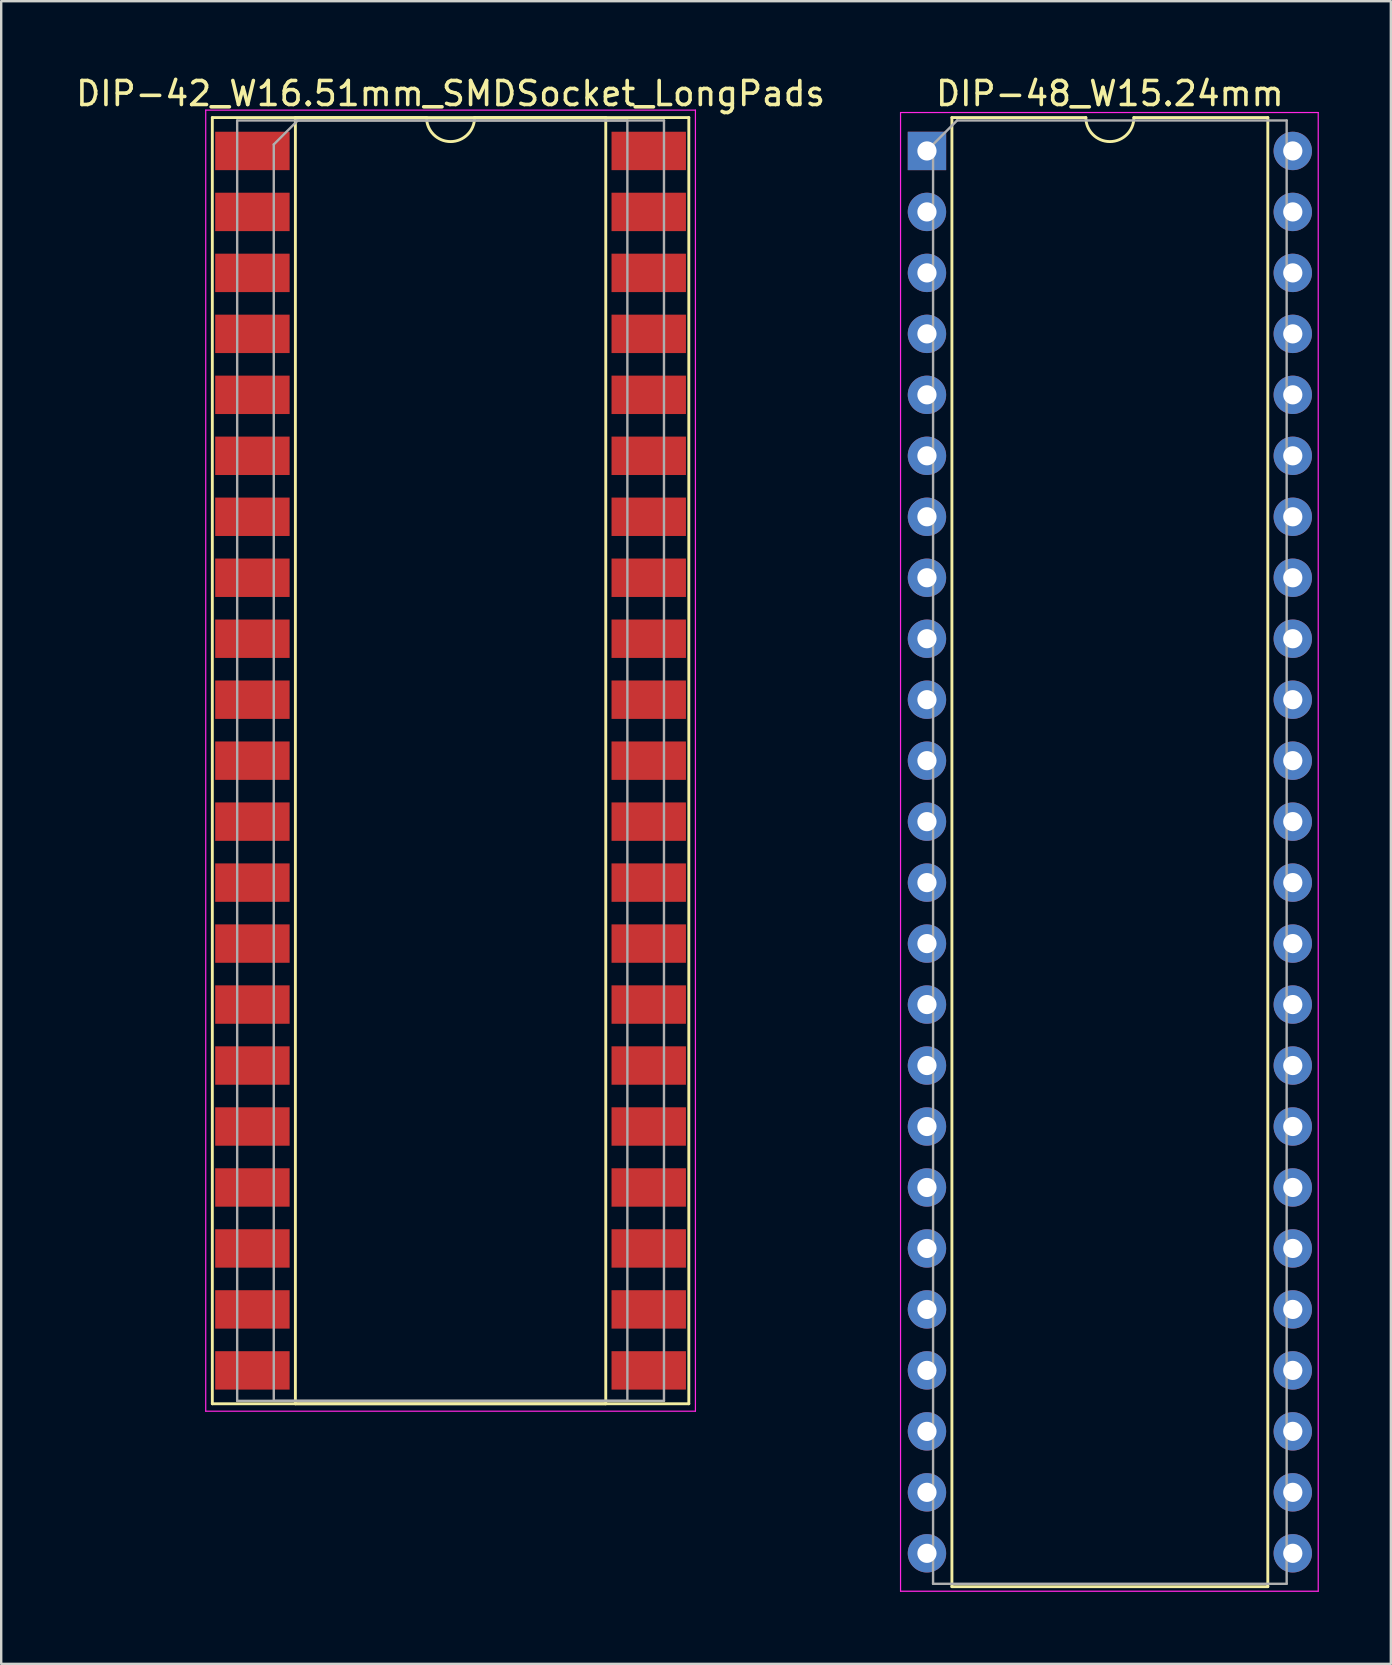
<source format=kicad_pcb>
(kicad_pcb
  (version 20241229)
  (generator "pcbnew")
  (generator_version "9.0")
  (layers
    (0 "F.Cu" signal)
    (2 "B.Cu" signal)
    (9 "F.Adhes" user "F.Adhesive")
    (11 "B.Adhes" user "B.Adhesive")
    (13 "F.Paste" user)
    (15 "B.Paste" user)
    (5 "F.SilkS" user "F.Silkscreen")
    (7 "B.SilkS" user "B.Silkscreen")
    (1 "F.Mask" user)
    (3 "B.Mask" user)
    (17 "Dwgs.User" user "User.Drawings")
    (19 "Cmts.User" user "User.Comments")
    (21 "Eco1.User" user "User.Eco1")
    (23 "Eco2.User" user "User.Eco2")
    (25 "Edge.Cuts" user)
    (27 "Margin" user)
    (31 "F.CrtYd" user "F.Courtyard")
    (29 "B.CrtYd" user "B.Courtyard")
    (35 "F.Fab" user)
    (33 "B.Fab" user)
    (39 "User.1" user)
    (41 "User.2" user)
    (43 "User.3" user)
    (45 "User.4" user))
  (footprint "DIP-48_W15.24mm"
    (layer "F.Cu")
    (at 35.565 3.238)
    (property "Reference" "DIP-48_W15.24mm" (at 7.62 -2.39 0) (layer "F.SilkS") (effects (font (size 1 1) (thickness 0.15))))
    (attr through_hole)
    (fp_line (start 1.04 -1.39) (end 1.04 59.81) (stroke (width 0.12) (type solid)) (layer "F.SilkS"))
    (fp_line (start 1.04 59.81) (end 14.2 59.81) (stroke (width 0.12) (type solid)) (layer "F.SilkS"))
    (fp_line (start 6.62 -1.39) (end 1.04 -1.39) (stroke (width 0.12) (type solid)) (layer "F.SilkS"))
    (fp_line (start 14.2 -1.39) (end 8.62 -1.39) (stroke (width 0.12) (type solid)) (layer "F.SilkS"))
    (fp_line (start 14.2 59.81) (end 14.2 -1.39) (stroke (width 0.12) (type solid)) (layer "F.SilkS"))
    (fp_arc (start 8.62 -1.39) (mid 7.62 -0.39) (end 6.62 -1.39) (stroke (width 0.12) (type solid)) (layer "F.SilkS"))
    (fp_line (start -1.1 -1.6) (end -1.1 60) (stroke (width 0.05) (type solid)) (layer "F.CrtYd"))
    (fp_line (start -1.1 60) (end 16.3 60) (stroke (width 0.05) (type solid)) (layer "F.CrtYd"))
    (fp_line (start 16.3 -1.6) (end -1.1 -1.6) (stroke (width 0.05) (type solid)) (layer "F.CrtYd"))
    (fp_line (start 16.3 60) (end 16.3 -1.6) (stroke (width 0.05) (type solid)) (layer "F.CrtYd"))
    (fp_line (start 0.255 -0.27) (end 1.255 -1.27) (stroke (width 0.1) (type solid)) (layer "F.Fab"))
    (fp_line (start 0.255 59.69) (end 0.255 -0.27) (stroke (width 0.1) (type solid)) (layer "F.Fab"))
    (fp_line (start 1.255 -1.27) (end 14.985 -1.27) (stroke (width 0.1) (type solid)) (layer "F.Fab"))
    (fp_line (start 14.985 -1.27) (end 14.985 59.69) (stroke (width 0.1) (type solid)) (layer "F.Fab"))
    (fp_line (start 14.985 59.69) (end 0.255 59.69) (stroke (width 0.1) (type solid)) (layer "F.Fab"))
    (pad "1" thru_hole rect (at 0 0) (size 1.6 1.6) (drill 0.8) (layers "*.Cu" "*.Mask"))
    (pad "2" thru_hole oval (at 0 2.54) (size 1.6 1.6) (drill 0.8) (layers "*.Cu" "*.Mask"))
    (pad "3" thru_hole oval (at 0 5.08) (size 1.6 1.6) (drill 0.8) (layers "*.Cu" "*.Mask"))
    (pad "4" thru_hole oval (at 0 7.62) (size 1.6 1.6) (drill 0.8) (layers "*.Cu" "*.Mask"))
    (pad "5" thru_hole oval (at 0 10.16) (size 1.6 1.6) (drill 0.8) (layers "*.Cu" "*.Mask"))
    (pad "6" thru_hole oval (at 0 12.7) (size 1.6 1.6) (drill 0.8) (layers "*.Cu" "*.Mask"))
    (pad "7" thru_hole oval (at 0 15.24) (size 1.6 1.6) (drill 0.8) (layers "*.Cu" "*.Mask"))
    (pad "8" thru_hole oval (at 0 17.78) (size 1.6 1.6) (drill 0.8) (layers "*.Cu" "*.Mask"))
    (pad "9" thru_hole oval (at 0 20.32) (size 1.6 1.6) (drill 0.8) (layers "*.Cu" "*.Mask"))
    (pad "10" thru_hole oval (at 0 22.86) (size 1.6 1.6) (drill 0.8) (layers "*.Cu" "*.Mask"))
    (pad "11" thru_hole oval (at 0 25.4) (size 1.6 1.6) (drill 0.8) (layers "*.Cu" "*.Mask"))
    (pad "12" thru_hole oval (at 0 27.94) (size 1.6 1.6) (drill 0.8) (layers "*.Cu" "*.Mask"))
    (pad "13" thru_hole oval (at 0 30.48) (size 1.6 1.6) (drill 0.8) (layers "*.Cu" "*.Mask"))
    (pad "14" thru_hole oval (at 0 33.02) (size 1.6 1.6) (drill 0.8) (layers "*.Cu" "*.Mask"))
    (pad "15" thru_hole oval (at 0 35.56) (size 1.6 1.6) (drill 0.8) (layers "*.Cu" "*.Mask"))
    (pad "16" thru_hole oval (at 0 38.1) (size 1.6 1.6) (drill 0.8) (layers "*.Cu" "*.Mask"))
    (pad "17" thru_hole oval (at 0 40.64) (size 1.6 1.6) (drill 0.8) (layers "*.Cu" "*.Mask"))
    (pad "18" thru_hole oval (at 0 43.18) (size 1.6 1.6) (drill 0.8) (layers "*.Cu" "*.Mask"))
    (pad "19" thru_hole oval (at 0 45.72) (size 1.6 1.6) (drill 0.8) (layers "*.Cu" "*.Mask"))
    (pad "20" thru_hole oval (at 0 48.26) (size 1.6 1.6) (drill 0.8) (layers "*.Cu" "*.Mask"))
    (pad "21" thru_hole oval (at 0 50.8) (size 1.6 1.6) (drill 0.8) (layers "*.Cu" "*.Mask"))
    (pad "22" thru_hole oval (at 0 53.34) (size 1.6 1.6) (drill 0.8) (layers "*.Cu" "*.Mask"))
    (pad "23" thru_hole oval (at 0 55.88) (size 1.6 1.6) (drill 0.8) (layers "*.Cu" "*.Mask"))
    (pad "24" thru_hole oval (at 0 58.42) (size 1.6 1.6) (drill 0.8) (layers "*.Cu" "*.Mask"))
    (pad "25" thru_hole oval (at 15.24 58.42) (size 1.6 1.6) (drill 0.8) (layers "*.Cu" "*.Mask"))
    (pad "26" thru_hole oval (at 15.24 55.88) (size 1.6 1.6) (drill 0.8) (layers "*.Cu" "*.Mask"))
    (pad "27" thru_hole oval (at 15.24 53.34) (size 1.6 1.6) (drill 0.8) (layers "*.Cu" "*.Mask"))
    (pad "28" thru_hole oval (at 15.24 50.8) (size 1.6 1.6) (drill 0.8) (layers "*.Cu" "*.Mask"))
    (pad "29" thru_hole oval (at 15.24 48.26) (size 1.6 1.6) (drill 0.8) (layers "*.Cu" "*.Mask"))
    (pad "30" thru_hole oval (at 15.24 45.72) (size 1.6 1.6) (drill 0.8) (layers "*.Cu" "*.Mask"))
    (pad "31" thru_hole oval (at 15.24 43.18) (size 1.6 1.6) (drill 0.8) (layers "*.Cu" "*.Mask"))
    (pad "32" thru_hole oval (at 15.24 40.64) (size 1.6 1.6) (drill 0.8) (layers "*.Cu" "*.Mask"))
    (pad "33" thru_hole oval (at 15.24 38.1) (size 1.6 1.6) (drill 0.8) (layers "*.Cu" "*.Mask"))
    (pad "34" thru_hole oval (at 15.24 35.56) (size 1.6 1.6) (drill 0.8) (layers "*.Cu" "*.Mask"))
    (pad "35" thru_hole oval (at 15.24 33.02) (size 1.6 1.6) (drill 0.8) (layers "*.Cu" "*.Mask"))
    (pad "36" thru_hole oval (at 15.24 30.48) (size 1.6 1.6) (drill 0.8) (layers "*.Cu" "*.Mask"))
    (pad "37" thru_hole oval (at 15.24 27.94) (size 1.6 1.6) (drill 0.8) (layers "*.Cu" "*.Mask"))
    (pad "38" thru_hole oval (at 15.24 25.4) (size 1.6 1.6) (drill 0.8) (layers "*.Cu" "*.Mask"))
    (pad "39" thru_hole oval (at 15.24 22.86) (size 1.6 1.6) (drill 0.8) (layers "*.Cu" "*.Mask"))
    (pad "40" thru_hole oval (at 15.24 20.32) (size 1.6 1.6) (drill 0.8) (layers "*.Cu" "*.Mask"))
    (pad "41" thru_hole oval (at 15.24 17.78) (size 1.6 1.6) (drill 0.8) (layers "*.Cu" "*.Mask"))
    (pad "42" thru_hole oval (at 15.24 15.24) (size 1.6 1.6) (drill 0.8) (layers "*.Cu" "*.Mask"))
    (pad "43" thru_hole oval (at 15.24 12.7) (size 1.6 1.6) (drill 0.8) (layers "*.Cu" "*.Mask"))
    (pad "44" thru_hole oval (at 15.24 10.16) (size 1.6 1.6) (drill 0.8) (layers "*.Cu" "*.Mask"))
    (pad "45" thru_hole oval (at 15.24 7.62) (size 1.6 1.6) (drill 0.8) (layers "*.Cu" "*.Mask"))
    (pad "46" thru_hole oval (at 15.24 5.08) (size 1.6 1.6) (drill 0.8) (layers "*.Cu" "*.Mask"))
    (pad "47" thru_hole oval (at 15.24 2.54) (size 1.6 1.6) (drill 0.8) (layers "*.Cu" "*.Mask"))
    (pad "48" thru_hole oval (at 15.24 0) (size 1.6 1.6) (drill 0.8) (layers "*.Cu" "*.Mask")))
  (footprint "DIP-42_W16.51mm_SMDSocket_LongPads"
    (layer "F.Cu")
    (at 15.72 28.638)
    (property "Reference" "DIP-42_W16.51mm_SMDSocket_LongPads" (at 0 -27.79 0) (layer "F.SilkS") (effects (font (size 1 1) (thickness 0.15))))
    (attr smd)
    (fp_line (start -9.925 -26.79) (end -9.925 26.79) (stroke (width 0.12) (type solid)) (layer "F.SilkS"))
    (fp_line (start -9.925 26.79) (end 9.925 26.79) (stroke (width 0.12) (type solid)) (layer "F.SilkS"))
    (fp_line (start -6.465 -26.79) (end -6.465 26.79) (stroke (width 0.12) (type solid)) (layer "F.SilkS"))
    (fp_line (start -6.465 26.79) (end 6.465 26.79) (stroke (width 0.12) (type solid)) (layer "F.SilkS"))
    (fp_line (start -1 -26.79) (end -6.465 -26.79) (stroke (width 0.12) (type solid)) (layer "F.SilkS"))
    (fp_line (start 6.465 -26.79) (end 1 -26.79) (stroke (width 0.12) (type solid)) (layer "F.SilkS"))
    (fp_line (start 6.465 26.79) (end 6.465 -26.79) (stroke (width 0.12) (type solid)) (layer "F.SilkS"))
    (fp_line (start 9.925 -26.79) (end -9.925 -26.79) (stroke (width 0.12) (type solid)) (layer "F.SilkS"))
    (fp_line (start 9.925 26.79) (end 9.925 -26.79) (stroke (width 0.12) (type solid)) (layer "F.SilkS"))
    (fp_arc (start 1 -26.79) (mid 0 -25.79) (end -1 -26.79) (stroke (width 0.12) (type solid)) (layer "F.SilkS"))
    (fp_line (start -10.2 -27.1) (end -10.2 27.1) (stroke (width 0.05) (type solid)) (layer "F.CrtYd"))
    (fp_line (start -10.2 27.1) (end 10.2 27.1) (stroke (width 0.05) (type solid)) (layer "F.CrtYd"))
    (fp_line (start 10.2 -27.1) (end -10.2 -27.1) (stroke (width 0.05) (type solid)) (layer "F.CrtYd"))
    (fp_line (start 10.2 27.1) (end 10.2 -27.1) (stroke (width 0.05) (type solid)) (layer "F.CrtYd"))
    (fp_line (start -8.89 -26.67) (end -8.89 26.67) (stroke (width 0.1) (type solid)) (layer "F.Fab"))
    (fp_line (start -8.89 26.67) (end 8.89 26.67) (stroke (width 0.1) (type solid)) (layer "F.Fab"))
    (fp_line (start -7.365 -25.67) (end -6.365 -26.67) (stroke (width 0.1) (type solid)) (layer "F.Fab"))
    (fp_line (start -7.365 26.67) (end -7.365 -25.67) (stroke (width 0.1) (type solid)) (layer "F.Fab"))
    (fp_line (start -6.365 -26.67) (end 7.365 -26.67) (stroke (width 0.1) (type solid)) (layer "F.Fab"))
    (fp_line (start 7.365 -26.67) (end 7.365 26.67) (stroke (width 0.1) (type solid)) (layer "F.Fab"))
    (fp_line (start 7.365 26.67) (end -7.365 26.67) (stroke (width 0.1) (type solid)) (layer "F.Fab"))
    (fp_line (start 8.89 -26.67) (end -8.89 -26.67) (stroke (width 0.1) (type solid)) (layer "F.Fab"))
    (fp_line (start 8.89 26.67) (end 8.89 -26.67) (stroke (width 0.1) (type solid)) (layer "F.Fab"))
    (pad "1" smd rect (at -8.255 -25.4) (size 3.1 1.6) (layers "F.Cu" "F.Mask"))
    (pad "2" smd rect (at -8.255 -22.86) (size 3.1 1.6) (layers "F.Cu" "F.Mask"))
    (pad "3" smd rect (at -8.255 -20.32) (size 3.1 1.6) (layers "F.Cu" "F.Mask"))
    (pad "4" smd rect (at -8.255 -17.78) (size 3.1 1.6) (layers "F.Cu" "F.Mask"))
    (pad "5" smd rect (at -8.255 -15.24) (size 3.1 1.6) (layers "F.Cu" "F.Mask"))
    (pad "6" smd rect (at -8.255 -12.7) (size 3.1 1.6) (layers "F.Cu" "F.Mask"))
    (pad "7" smd rect (at -8.255 -10.16) (size 3.1 1.6) (layers "F.Cu" "F.Mask"))
    (pad "8" smd rect (at -8.255 -7.62) (size 3.1 1.6) (layers "F.Cu" "F.Mask"))
    (pad "9" smd rect (at -8.255 -5.08) (size 3.1 1.6) (layers "F.Cu" "F.Mask"))
    (pad "10" smd rect (at -8.255 -2.54) (size 3.1 1.6) (layers "F.Cu" "F.Mask"))
    (pad "11" smd rect (at -8.255 0) (size 3.1 1.6) (layers "F.Cu" "F.Mask"))
    (pad "12" smd rect (at -8.255 2.54) (size 3.1 1.6) (layers "F.Cu" "F.Mask"))
    (pad "13" smd rect (at -8.255 5.08) (size 3.1 1.6) (layers "F.Cu" "F.Mask"))
    (pad "14" smd rect (at -8.255 7.62) (size 3.1 1.6) (layers "F.Cu" "F.Mask"))
    (pad "15" smd rect (at -8.255 10.16) (size 3.1 1.6) (layers "F.Cu" "F.Mask"))
    (pad "16" smd rect (at -8.255 12.7) (size 3.1 1.6) (layers "F.Cu" "F.Mask"))
    (pad "17" smd rect (at -8.255 15.24) (size 3.1 1.6) (layers "F.Cu" "F.Mask"))
    (pad "18" smd rect (at -8.255 17.78) (size 3.1 1.6) (layers "F.Cu" "F.Mask"))
    (pad "19" smd rect (at -8.255 20.32) (size 3.1 1.6) (layers "F.Cu" "F.Mask"))
    (pad "20" smd rect (at -8.255 22.86) (size 3.1 1.6) (layers "F.Cu" "F.Mask"))
    (pad "21" smd rect (at -8.255 25.4) (size 3.1 1.6) (layers "F.Cu" "F.Mask"))
    (pad "22" smd rect (at 8.255 25.4) (size 3.1 1.6) (layers "F.Cu" "F.Mask"))
    (pad "23" smd rect (at 8.255 22.86) (size 3.1 1.6) (layers "F.Cu" "F.Mask"))
    (pad "24" smd rect (at 8.255 20.32) (size 3.1 1.6) (layers "F.Cu" "F.Mask"))
    (pad "25" smd rect (at 8.255 17.78) (size 3.1 1.6) (layers "F.Cu" "F.Mask"))
    (pad "26" smd rect (at 8.255 15.24) (size 3.1 1.6) (layers "F.Cu" "F.Mask"))
    (pad "27" smd rect (at 8.255 12.7) (size 3.1 1.6) (layers "F.Cu" "F.Mask"))
    (pad "28" smd rect (at 8.255 10.16) (size 3.1 1.6) (layers "F.Cu" "F.Mask"))
    (pad "29" smd rect (at 8.255 7.62) (size 3.1 1.6) (layers "F.Cu" "F.Mask"))
    (pad "30" smd rect (at 8.255 5.08) (size 3.1 1.6) (layers "F.Cu" "F.Mask"))
    (pad "31" smd rect (at 8.255 2.54) (size 3.1 1.6) (layers "F.Cu" "F.Mask"))
    (pad "32" smd rect (at 8.255 0) (size 3.1 1.6) (layers "F.Cu" "F.Mask"))
    (pad "33" smd rect (at 8.255 -2.54) (size 3.1 1.6) (layers "F.Cu" "F.Mask"))
    (pad "34" smd rect (at 8.255 -5.08) (size 3.1 1.6) (layers "F.Cu" "F.Mask"))
    (pad "35" smd rect (at 8.255 -7.62) (size 3.1 1.6) (layers "F.Cu" "F.Mask"))
    (pad "36" smd rect (at 8.255 -10.16) (size 3.1 1.6) (layers "F.Cu" "F.Mask"))
    (pad "37" smd rect (at 8.255 -12.7) (size 3.1 1.6) (layers "F.Cu" "F.Mask"))
    (pad "38" smd rect (at 8.255 -15.24) (size 3.1 1.6) (layers "F.Cu" "F.Mask"))
    (pad "39" smd rect (at 8.255 -17.78) (size 3.1 1.6) (layers "F.Cu" "F.Mask"))
    (pad "40" smd rect (at 8.255 -20.32) (size 3.1 1.6) (layers "F.Cu" "F.Mask"))
    (pad "41" smd rect (at 8.255 -22.86) (size 3.1 1.6) (layers "F.Cu" "F.Mask"))
    (pad "42" smd rect (at 8.255 -25.4) (size 3.1 1.6) (layers "F.Cu" "F.Mask")))
  (gr_rect
    (start -3 -3)
    (end 54.89 66.263)
    (stroke (width 0.1) (type default))
    (fill no)
    (layer "Edge.Cuts")))
</source>
